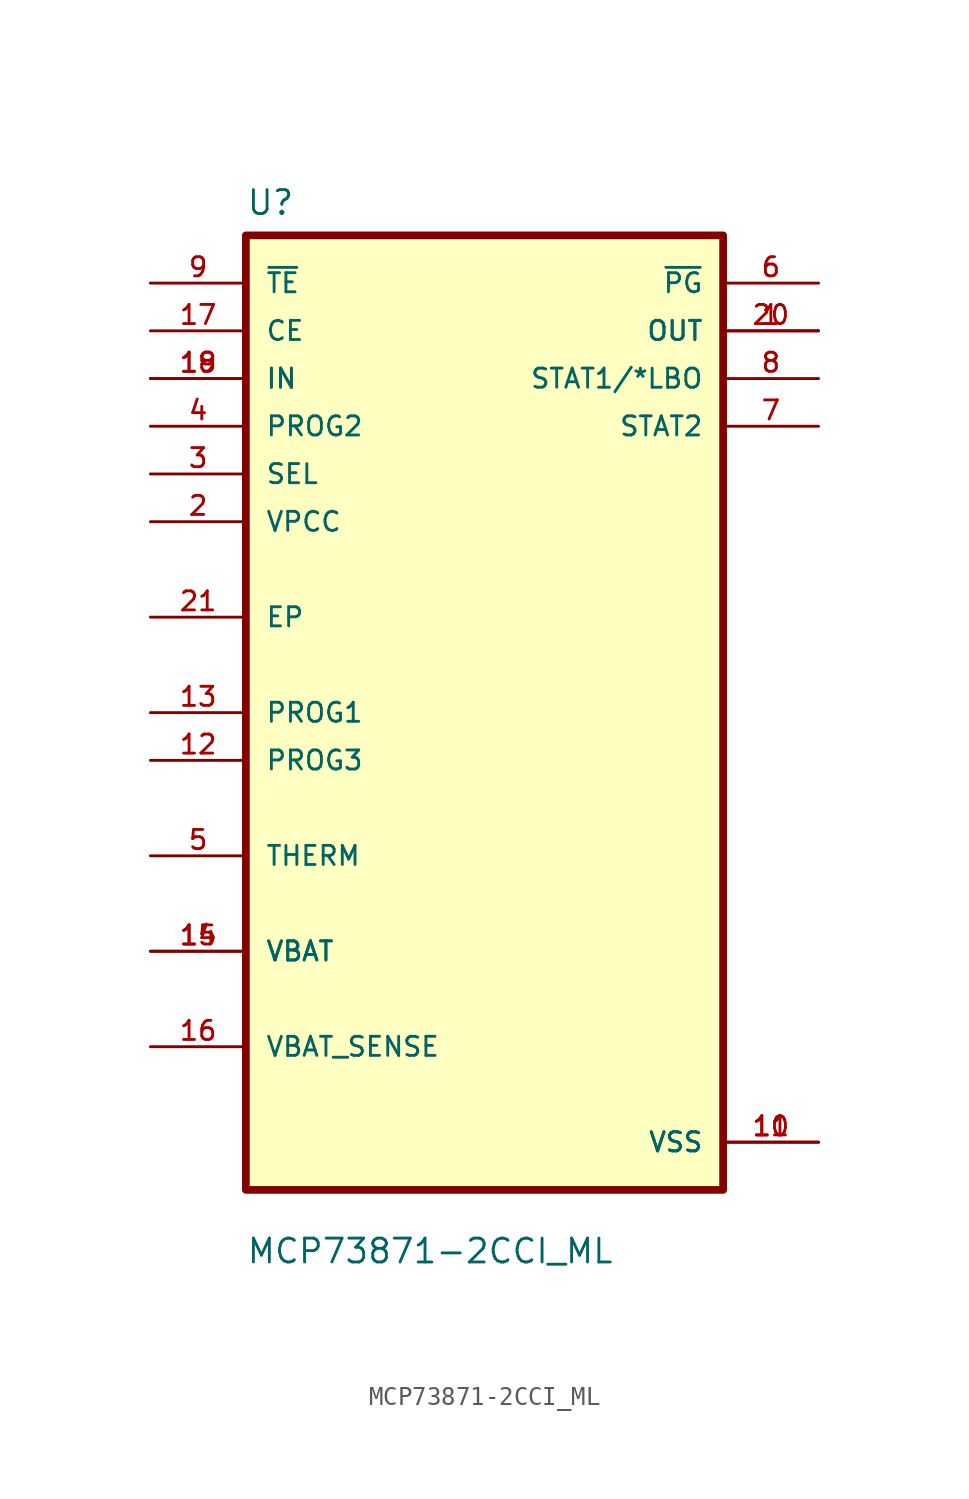
<source format=kicad_sym>
(kicad_symbol_lib
  (version 20211014)
  (generator kicad_symbol_editor)
  (symbol "MCP73871-2CCI_ML"
    (pin_names
      (offset 1.016))
    (property "Reference" "U"
      (at -12.7 26.4 0.0)
      (effects (font (size 1.27 1.27)) (justify bottom left)))
    (property "Value" "MCP73871-2CCI_ML"
      (at -12.7 -29.4 0.0)
      (effects (font (size 1.27 1.27)) (justify bottom left)))
    (symbol "MCP73871-2CCI_ML_0_0"
      (rectangle (start -12.7 -25.4) (end 12.7 25.4) (stroke (width 0.41)) (fill (type background)))
      (pin input line (at -17.78 22.86 0) (length 5.08) (name "~{TE}" (effects (font (size 1.016 1.016)))) (number "9" (effects (font (size 1.016 1.016)))))
      (pin input line (at -17.78 20.32 0) (length 5.08) (name "CE" (effects (font (size 1.016 1.016)))) (number "17" (effects (font (size 1.016 1.016)))))
      (pin input line (at -17.78 17.78 0) (length 5.08) (name "IN" (effects (font (size 1.016 1.016)))) (number "18" (effects (font (size 1.016 1.016)))))
      (pin input line (at -17.78 17.78 0) (length 5.08) (name "IN" (effects (font (size 1.016 1.016)))) (number "19" (effects (font (size 1.016 1.016)))))
      (pin input line (at -17.78 15.24 0) (length 5.08) (name "PROG2" (effects (font (size 1.016 1.016)))) (number "4" (effects (font (size 1.016 1.016)))))
      (pin input line (at -17.78 12.7 0) (length 5.08) (name "SEL" (effects (font (size 1.016 1.016)))) (number "3" (effects (font (size 1.016 1.016)))))
      (pin input line (at -17.78 10.16 0) (length 5.08) (name "VPCC" (effects (font (size 1.016 1.016)))) (number "2" (effects (font (size 1.016 1.016)))))
      (pin bidirectional line (at -17.78 5.08 0) (length 5.08) (name "EP" (effects (font (size 1.016 1.016)))) (number "21" (effects (font (size 1.016 1.016)))))
      (pin bidirectional line (at -17.78 3.55271e-15 0) (length 5.08) (name "PROG1" (effects (font (size 1.016 1.016)))) (number "13" (effects (font (size 1.016 1.016)))))
      (pin bidirectional line (at -17.78 -2.54 0) (length 5.08) (name "PROG3" (effects (font (size 1.016 1.016)))) (number "12" (effects (font (size 1.016 1.016)))))
      (pin bidirectional line (at -17.78 -7.62 0) (length 5.08) (name "THERM" (effects (font (size 1.016 1.016)))) (number "5" (effects (font (size 1.016 1.016)))))
      (pin bidirectional line (at -17.78 -12.7 0) (length 5.08) (name "VBAT" (effects (font (size 1.016 1.016)))) (number "15" (effects (font (size 1.016 1.016)))))
      (pin bidirectional line (at -17.78 -12.7 0) (length 5.08) (name "VBAT" (effects (font (size 1.016 1.016)))) (number "14" (effects (font (size 1.016 1.016)))))
      (pin bidirectional line (at -17.78 -17.78 0) (length 5.08) (name "VBAT_SENSE" (effects (font (size 1.016 1.016)))) (number "16" (effects (font (size 1.016 1.016)))))
      (pin output line (at 17.78 22.86 180.0) (length 5.08) (name "~{PG}" (effects (font (size 1.016 1.016)))) (number "6" (effects (font (size 1.016 1.016)))))
      (pin output line (at 17.78 20.32 180.0) (length 5.08) (name "OUT" (effects (font (size 1.016 1.016)))) (number "1" (effects (font (size 1.016 1.016)))))
      (pin output line (at 17.78 20.32 180.0) (length 5.08) (name "OUT" (effects (font (size 1.016 1.016)))) (number "20" (effects (font (size 1.016 1.016)))))
      (pin output line (at 17.78 17.78 180.0) (length 5.08) (name "STAT1/*LBO" (effects (font (size 1.016 1.016)))) (number "8" (effects (font (size 1.016 1.016)))))
      (pin output line (at 17.78 15.24 180.0) (length 5.08) (name "STAT2" (effects (font (size 1.016 1.016)))) (number "7" (effects (font (size 1.016 1.016)))))
      (pin power_in line (at 17.78 -22.86 180.0) (length 5.08) (name "VSS" (effects (font (size 1.016 1.016)))) (number "11" (effects (font (size 1.016 1.016)))))
      (pin power_in line (at 17.78 -22.86 180.0) (length 5.08) (name "VSS" (effects (font (size 1.016 1.016)))) (number "10" (effects (font (size 1.016 1.016))))))))
</source>
